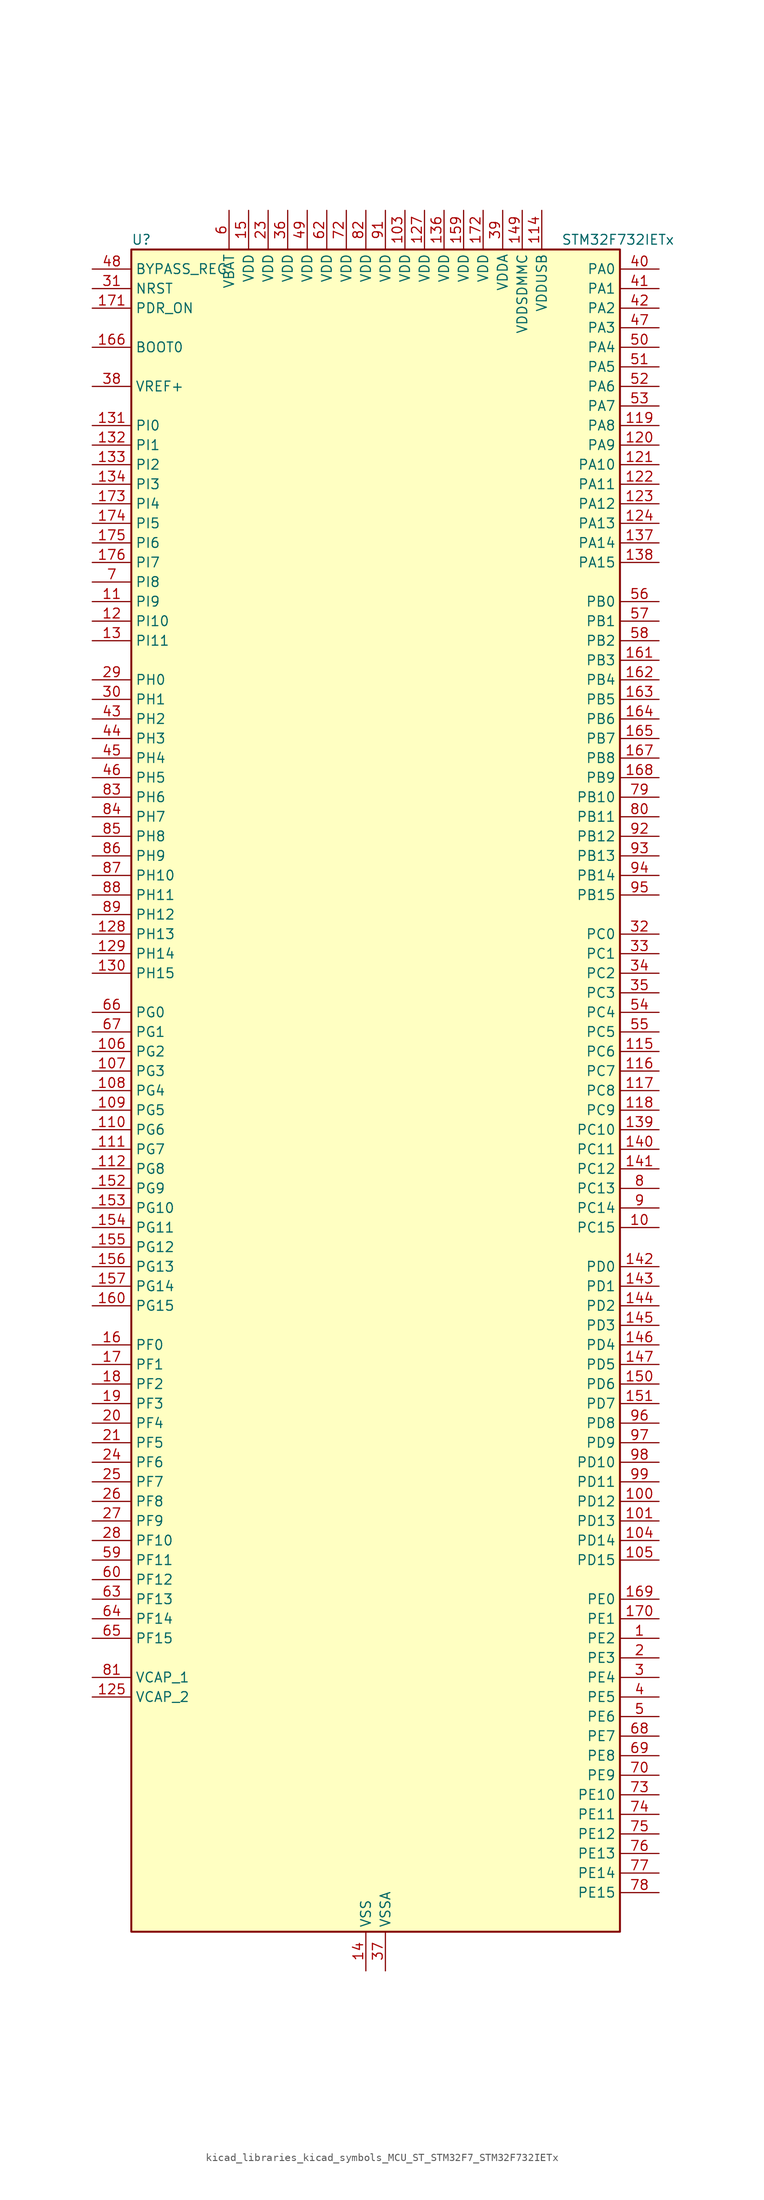
<source format=kicad_sym>
(kicad_symbol_lib
  (version 20220914)
  (generator kicad_symbol_editor)
  (symbol "kicad_libraries_kicad_symbols_MCU_ST_STM32F7_STM32F732IETx"
    (property "Reference" "U"
      (at -30.48 110.49 0)
      (effects (font (size 1.27 1.27)) (justify left)))
    (property "Value" "STM32F732IETx"
      (at 25.4 110.49 0)
      (effects (font (size 1.27 1.27)) (justify left)))
    (property "ki_locked" ""
      (at 0 0 0)
      (effects (font (size 1.27 1.27))))
    (symbol "kicad_libraries_kicad_symbols_MCU_ST_STM32F7_STM32F732IETx_0_1"
      (rectangle (start -30.48 -109.22) (end 33.02 109.22) (stroke (width 0.254) (type default)) (fill (type background))))
    (symbol "kicad_libraries_kicad_symbols_MCU_ST_STM32F7_STM32F732IETx_1_1"
      (pin bidirectional line (at 38.1 -71.12 180) (length 5.08) (name "PE2" (effects (font (size 1.27 1.27)))) (number "1" (effects (font (size 1.27 1.27)))) (alternate "FMC_A23" bidirectional line) (alternate "QUADSPI_BK1_IO2" bidirectional line) (alternate "SAI1_MCLK_A" bidirectional line) (alternate "SPI4_SCK" bidirectional line) (alternate "SYS_TRACECLK" bidirectional line))
      (pin bidirectional line (at 38.1 -17.78 180) (length 5.08) (name "PC15" (effects (font (size 1.27 1.27)))) (number "10" (effects (font (size 1.27 1.27)))) (alternate "RCC_OSC32_OUT" bidirectional line))
      (pin bidirectional line (at 38.1 -53.34 180) (length 5.08) (name "PD12" (effects (font (size 1.27 1.27)))) (number "100" (effects (font (size 1.27 1.27)))) (alternate "FMC_A17" bidirectional line) (alternate "FMC_ALE" bidirectional line) (alternate "LPTIM1_IN1" bidirectional line) (alternate "QUADSPI_BK1_IO1" bidirectional line) (alternate "SAI2_FS_A" bidirectional line) (alternate "TIM4_CH1" bidirectional line) (alternate "USART3_DE" bidirectional line) (alternate "USART3_RTS" bidirectional line))
      (pin bidirectional line (at 38.1 -55.88 180) (length 5.08) (name "PD13" (effects (font (size 1.27 1.27)))) (number "101" (effects (font (size 1.27 1.27)))) (alternate "FMC_A18" bidirectional line) (alternate "LPTIM1_OUT" bidirectional line) (alternate "QUADSPI_BK1_IO3" bidirectional line) (alternate "SAI2_SCK_A" bidirectional line) (alternate "TIM4_CH2" bidirectional line))
      (pin passive line (at 0 -114.3 90) (length 5.08) hide (name "VSS" (effects (font (size 1.27 1.27)))) (number "102" (effects (font (size 1.27 1.27)))))
      (pin power_in line (at 5.08 114.3 270) (length 5.08) (name "VDD" (effects (font (size 1.27 1.27)))) (number "103" (effects (font (size 1.27 1.27)))))
      (pin bidirectional line (at 38.1 -58.42 180) (length 5.08) (name "PD14" (effects (font (size 1.27 1.27)))) (number "104" (effects (font (size 1.27 1.27)))) (alternate "FMC_D0" bidirectional line) (alternate "FMC_DA0" bidirectional line) (alternate "TIM4_CH3" bidirectional line) (alternate "UART8_CTS" bidirectional line))
      (pin bidirectional line (at 38.1 -60.96 180) (length 5.08) (name "PD15" (effects (font (size 1.27 1.27)))) (number "105" (effects (font (size 1.27 1.27)))) (alternate "FMC_D1" bidirectional line) (alternate "FMC_DA1" bidirectional line) (alternate "TIM4_CH4" bidirectional line) (alternate "UART8_DE" bidirectional line) (alternate "UART8_RTS" bidirectional line))
      (pin bidirectional line (at -35.56 5.08 0) (length 5.08) (name "PG2" (effects (font (size 1.27 1.27)))) (number "106" (effects (font (size 1.27 1.27)))) (alternate "FMC_A12" bidirectional line))
      (pin bidirectional line (at -35.56 2.54 0) (length 5.08) (name "PG3" (effects (font (size 1.27 1.27)))) (number "107" (effects (font (size 1.27 1.27)))) (alternate "FMC_A13" bidirectional line))
      (pin bidirectional line (at -35.56 0 0) (length 5.08) (name "PG4" (effects (font (size 1.27 1.27)))) (number "108" (effects (font (size 1.27 1.27)))) (alternate "FMC_A14" bidirectional line) (alternate "FMC_BA0" bidirectional line))
      (pin bidirectional line (at -35.56 -2.54 0) (length 5.08) (name "PG5" (effects (font (size 1.27 1.27)))) (number "109" (effects (font (size 1.27 1.27)))) (alternate "FMC_A15" bidirectional line) (alternate "FMC_BA1" bidirectional line))
      (pin bidirectional line (at -35.56 63.5 0) (length 5.08) (name "PI9" (effects (font (size 1.27 1.27)))) (number "11" (effects (font (size 1.27 1.27)))) (alternate "CAN1_RX" bidirectional line) (alternate "DAC_EXTI9" bidirectional line) (alternate "FMC_D30" bidirectional line) (alternate "UART4_RX" bidirectional line))
      (pin bidirectional line (at -35.56 -5.08 0) (length 5.08) (name "PG6" (effects (font (size 1.27 1.27)))) (number "110" (effects (font (size 1.27 1.27)))))
      (pin bidirectional line (at -35.56 -7.62 0) (length 5.08) (name "PG7" (effects (font (size 1.27 1.27)))) (number "111" (effects (font (size 1.27 1.27)))) (alternate "FMC_INT" bidirectional line) (alternate "USART6_CK" bidirectional line))
      (pin bidirectional line (at -35.56 -10.16 0) (length 5.08) (name "PG8" (effects (font (size 1.27 1.27)))) (number "112" (effects (font (size 1.27 1.27)))) (alternate "FMC_SDCLK" bidirectional line) (alternate "USART6_DE" bidirectional line) (alternate "USART6_RTS" bidirectional line))
      (pin passive line (at 0 -114.3 90) (length 5.08) hide (name "VSS" (effects (font (size 1.27 1.27)))) (number "113" (effects (font (size 1.27 1.27)))))
      (pin power_in line (at 22.86 114.3 270) (length 5.08) (name "VDDUSB" (effects (font (size 1.27 1.27)))) (number "114" (effects (font (size 1.27 1.27)))))
      (pin bidirectional line (at 38.1 5.08 180) (length 5.08) (name "PC6" (effects (font (size 1.27 1.27)))) (number "115" (effects (font (size 1.27 1.27)))) (alternate "I2S2_MCK" bidirectional line) (alternate "SDMMC1_D6" bidirectional line) (alternate "SDMMC2_D6" bidirectional line) (alternate "TIM3_CH1" bidirectional line) (alternate "TIM8_CH1" bidirectional line) (alternate "USART6_TX" bidirectional line))
      (pin bidirectional line (at 38.1 2.54 180) (length 5.08) (name "PC7" (effects (font (size 1.27 1.27)))) (number "116" (effects (font (size 1.27 1.27)))) (alternate "I2S3_MCK" bidirectional line) (alternate "SDMMC1_D7" bidirectional line) (alternate "SDMMC2_D7" bidirectional line) (alternate "TIM3_CH2" bidirectional line) (alternate "TIM8_CH2" bidirectional line) (alternate "USART6_RX" bidirectional line))
      (pin bidirectional line (at 38.1 0 180) (length 5.08) (name "PC8" (effects (font (size 1.27 1.27)))) (number "117" (effects (font (size 1.27 1.27)))) (alternate "SDMMC1_D0" bidirectional line) (alternate "SYS_TRACED1" bidirectional line) (alternate "TIM3_CH3" bidirectional line) (alternate "TIM8_CH3" bidirectional line) (alternate "UART5_DE" bidirectional line) (alternate "UART5_RTS" bidirectional line) (alternate "USART6_CK" bidirectional line))
      (pin bidirectional line (at 38.1 -2.54 180) (length 5.08) (name "PC9" (effects (font (size 1.27 1.27)))) (number "118" (effects (font (size 1.27 1.27)))) (alternate "DAC_EXTI9" bidirectional line) (alternate "I2C3_SDA" bidirectional line) (alternate "I2S_CKIN" bidirectional line) (alternate "QUADSPI_BK1_IO0" bidirectional line) (alternate "RCC_MCO_2" bidirectional line) (alternate "SDMMC1_D1" bidirectional line) (alternate "TIM3_CH4" bidirectional line) (alternate "TIM8_CH4" bidirectional line) (alternate "UART5_CTS" bidirectional line))
      (pin bidirectional line (at 38.1 86.36 180) (length 5.08) (name "PA8" (effects (font (size 1.27 1.27)))) (number "119" (effects (font (size 1.27 1.27)))) (alternate "I2C3_SCL" bidirectional line) (alternate "RCC_MCO_1" bidirectional line) (alternate "TIM1_CH1" bidirectional line) (alternate "TIM8_BKIN2" bidirectional line) (alternate "USART1_CK" bidirectional line) (alternate "USB_OTG_FS_SOF" bidirectional line))
      (pin bidirectional line (at -35.56 60.96 0) (length 5.08) (name "PI10" (effects (font (size 1.27 1.27)))) (number "12" (effects (font (size 1.27 1.27)))) (alternate "FMC_D31" bidirectional line))
      (pin bidirectional line (at 38.1 83.82 180) (length 5.08) (name "PA9" (effects (font (size 1.27 1.27)))) (number "120" (effects (font (size 1.27 1.27)))) (alternate "DAC_EXTI9" bidirectional line) (alternate "I2C3_SMBA" bidirectional line) (alternate "I2S2_CK" bidirectional line) (alternate "SPI2_SCK" bidirectional line) (alternate "TIM1_CH2" bidirectional line) (alternate "USART1_TX" bidirectional line) (alternate "USB_OTG_FS_VBUS" bidirectional line))
      (pin bidirectional line (at 38.1 81.28 180) (length 5.08) (name "PA10" (effects (font (size 1.27 1.27)))) (number "121" (effects (font (size 1.27 1.27)))) (alternate "TIM1_CH3" bidirectional line) (alternate "USART1_RX" bidirectional line) (alternate "USB_OTG_FS_ID" bidirectional line))
      (pin bidirectional line (at 38.1 78.74 180) (length 5.08) (name "PA11" (effects (font (size 1.27 1.27)))) (number "122" (effects (font (size 1.27 1.27)))) (alternate "ADC1_EXTI11" bidirectional line) (alternate "ADC2_EXTI11" bidirectional line) (alternate "ADC3_EXTI11" bidirectional line) (alternate "CAN1_RX" bidirectional line) (alternate "TIM1_CH4" bidirectional line) (alternate "USART1_CTS" bidirectional line) (alternate "USB_OTG_FS_DM" bidirectional line))
      (pin bidirectional line (at 38.1 76.2 180) (length 5.08) (name "PA12" (effects (font (size 1.27 1.27)))) (number "123" (effects (font (size 1.27 1.27)))) (alternate "CAN1_TX" bidirectional line) (alternate "SAI2_FS_B" bidirectional line) (alternate "TIM1_ETR" bidirectional line) (alternate "USART1_DE" bidirectional line) (alternate "USART1_RTS" bidirectional line) (alternate "USB_OTG_FS_DP" bidirectional line))
      (pin bidirectional line (at 38.1 73.66 180) (length 5.08) (name "PA13" (effects (font (size 1.27 1.27)))) (number "124" (effects (font (size 1.27 1.27)))) (alternate "SYS_JTMS-SWDIO" bidirectional line))
      (pin power_out line (at -35.56 -78.74 0) (length 5.08) (name "VCAP_2" (effects (font (size 1.27 1.27)))) (number "125" (effects (font (size 1.27 1.27)))))
      (pin passive line (at 0 -114.3 90) (length 5.08) hide (name "VSS" (effects (font (size 1.27 1.27)))) (number "126" (effects (font (size 1.27 1.27)))))
      (pin power_in line (at 7.62 114.3 270) (length 5.08) (name "VDD" (effects (font (size 1.27 1.27)))) (number "127" (effects (font (size 1.27 1.27)))))
      (pin bidirectional line (at -35.56 20.32 0) (length 5.08) (name "PH13" (effects (font (size 1.27 1.27)))) (number "128" (effects (font (size 1.27 1.27)))) (alternate "CAN1_TX" bidirectional line) (alternate "FMC_D21" bidirectional line) (alternate "TIM8_CH1N" bidirectional line) (alternate "UART4_TX" bidirectional line))
      (pin bidirectional line (at -35.56 17.78 0) (length 5.08) (name "PH14" (effects (font (size 1.27 1.27)))) (number "129" (effects (font (size 1.27 1.27)))) (alternate "CAN1_RX" bidirectional line) (alternate "FMC_D22" bidirectional line) (alternate "TIM8_CH2N" bidirectional line) (alternate "UART4_RX" bidirectional line))
      (pin bidirectional line (at -35.56 58.42 0) (length 5.08) (name "PI11" (effects (font (size 1.27 1.27)))) (number "13" (effects (font (size 1.27 1.27)))) (alternate "ADC1_EXTI11" bidirectional line) (alternate "ADC2_EXTI11" bidirectional line) (alternate "ADC3_EXTI11" bidirectional line) (alternate "SYS_WKUP6" bidirectional line) (alternate "USB_OTG_HS_ULPI_DIR" bidirectional line))
      (pin bidirectional line (at -35.56 15.24 0) (length 5.08) (name "PH15" (effects (font (size 1.27 1.27)))) (number "130" (effects (font (size 1.27 1.27)))) (alternate "FMC_D23" bidirectional line) (alternate "TIM8_CH3N" bidirectional line))
      (pin bidirectional line (at -35.56 86.36 0) (length 5.08) (name "PI0" (effects (font (size 1.27 1.27)))) (number "131" (effects (font (size 1.27 1.27)))) (alternate "FMC_D24" bidirectional line) (alternate "I2S2_WS" bidirectional line) (alternate "SPI2_NSS" bidirectional line) (alternate "TIM5_CH4" bidirectional line))
      (pin bidirectional line (at -35.56 83.82 0) (length 5.08) (name "PI1" (effects (font (size 1.27 1.27)))) (number "132" (effects (font (size 1.27 1.27)))) (alternate "FMC_D25" bidirectional line) (alternate "I2S2_CK" bidirectional line) (alternate "SPI2_SCK" bidirectional line) (alternate "TIM8_BKIN2" bidirectional line))
      (pin bidirectional line (at -35.56 81.28 0) (length 5.08) (name "PI2" (effects (font (size 1.27 1.27)))) (number "133" (effects (font (size 1.27 1.27)))) (alternate "FMC_D26" bidirectional line) (alternate "SPI2_MISO" bidirectional line) (alternate "TIM8_CH4" bidirectional line))
      (pin bidirectional line (at -35.56 78.74 0) (length 5.08) (name "PI3" (effects (font (size 1.27 1.27)))) (number "134" (effects (font (size 1.27 1.27)))) (alternate "FMC_D27" bidirectional line) (alternate "I2S2_SD" bidirectional line) (alternate "SPI2_MOSI" bidirectional line) (alternate "TIM8_ETR" bidirectional line))
      (pin passive line (at 0 -114.3 90) (length 5.08) hide (name "VSS" (effects (font (size 1.27 1.27)))) (number "135" (effects (font (size 1.27 1.27)))))
      (pin power_in line (at 10.16 114.3 270) (length 5.08) (name "VDD" (effects (font (size 1.27 1.27)))) (number "136" (effects (font (size 1.27 1.27)))))
      (pin bidirectional line (at 38.1 71.12 180) (length 5.08) (name "PA14" (effects (font (size 1.27 1.27)))) (number "137" (effects (font (size 1.27 1.27)))) (alternate "SYS_JTCK-SWCLK" bidirectional line))
      (pin bidirectional line (at 38.1 68.58 180) (length 5.08) (name "PA15" (effects (font (size 1.27 1.27)))) (number "138" (effects (font (size 1.27 1.27)))) (alternate "I2S1_WS" bidirectional line) (alternate "I2S3_WS" bidirectional line) (alternate "SPI1_NSS" bidirectional line) (alternate "SPI3_NSS" bidirectional line) (alternate "SYS_JTDI" bidirectional line) (alternate "TIM2_CH1" bidirectional line) (alternate "TIM2_ETR" bidirectional line) (alternate "UART4_DE" bidirectional line) (alternate "UART4_RTS" bidirectional line))
      (pin bidirectional line (at 38.1 -5.08 180) (length 5.08) (name "PC10" (effects (font (size 1.27 1.27)))) (number "139" (effects (font (size 1.27 1.27)))) (alternate "I2S3_CK" bidirectional line) (alternate "QUADSPI_BK1_IO1" bidirectional line) (alternate "SDMMC1_D2" bidirectional line) (alternate "SPI3_SCK" bidirectional line) (alternate "UART4_TX" bidirectional line) (alternate "USART3_TX" bidirectional line))
      (pin power_in line (at 0 -114.3 90) (length 5.08) (name "VSS" (effects (font (size 1.27 1.27)))) (number "14" (effects (font (size 1.27 1.27)))))
      (pin bidirectional line (at 38.1 -7.62 180) (length 5.08) (name "PC11" (effects (font (size 1.27 1.27)))) (number "140" (effects (font (size 1.27 1.27)))) (alternate "ADC1_EXTI11" bidirectional line) (alternate "ADC2_EXTI11" bidirectional line) (alternate "ADC3_EXTI11" bidirectional line) (alternate "QUADSPI_BK2_NCS" bidirectional line) (alternate "SDMMC1_D3" bidirectional line) (alternate "SPI3_MISO" bidirectional line) (alternate "UART4_RX" bidirectional line) (alternate "USART3_RX" bidirectional line))
      (pin bidirectional line (at 38.1 -10.16 180) (length 5.08) (name "PC12" (effects (font (size 1.27 1.27)))) (number "141" (effects (font (size 1.27 1.27)))) (alternate "I2S3_SD" bidirectional line) (alternate "SDMMC1_CK" bidirectional line) (alternate "SPI3_MOSI" bidirectional line) (alternate "SYS_TRACED3" bidirectional line) (alternate "UART5_TX" bidirectional line) (alternate "USART3_CK" bidirectional line))
      (pin bidirectional line (at 38.1 -22.86 180) (length 5.08) (name "PD0" (effects (font (size 1.27 1.27)))) (number "142" (effects (font (size 1.27 1.27)))) (alternate "CAN1_RX" bidirectional line) (alternate "FMC_D2" bidirectional line) (alternate "FMC_DA2" bidirectional line))
      (pin bidirectional line (at 38.1 -25.4 180) (length 5.08) (name "PD1" (effects (font (size 1.27 1.27)))) (number "143" (effects (font (size 1.27 1.27)))) (alternate "CAN1_TX" bidirectional line) (alternate "FMC_D3" bidirectional line) (alternate "FMC_DA3" bidirectional line))
      (pin bidirectional line (at 38.1 -27.94 180) (length 5.08) (name "PD2" (effects (font (size 1.27 1.27)))) (number "144" (effects (font (size 1.27 1.27)))) (alternate "SDMMC1_CMD" bidirectional line) (alternate "SYS_TRACED2" bidirectional line) (alternate "TIM3_ETR" bidirectional line) (alternate "UART5_RX" bidirectional line))
      (pin bidirectional line (at 38.1 -30.48 180) (length 5.08) (name "PD3" (effects (font (size 1.27 1.27)))) (number "145" (effects (font (size 1.27 1.27)))) (alternate "FMC_CLK" bidirectional line) (alternate "I2S2_CK" bidirectional line) (alternate "SPI2_SCK" bidirectional line) (alternate "USART2_CTS" bidirectional line))
      (pin bidirectional line (at 38.1 -33.02 180) (length 5.08) (name "PD4" (effects (font (size 1.27 1.27)))) (number "146" (effects (font (size 1.27 1.27)))) (alternate "FMC_NOE" bidirectional line) (alternate "USART2_DE" bidirectional line) (alternate "USART2_RTS" bidirectional line))
      (pin bidirectional line (at 38.1 -35.56 180) (length 5.08) (name "PD5" (effects (font (size 1.27 1.27)))) (number "147" (effects (font (size 1.27 1.27)))) (alternate "FMC_NWE" bidirectional line) (alternate "USART2_TX" bidirectional line))
      (pin passive line (at 0 -114.3 90) (length 5.08) hide (name "VSS" (effects (font (size 1.27 1.27)))) (number "148" (effects (font (size 1.27 1.27)))))
      (pin power_in line (at 20.32 114.3 270) (length 5.08) (name "VDDSDMMC" (effects (font (size 1.27 1.27)))) (number "149" (effects (font (size 1.27 1.27)))))
      (pin power_in line (at -15.24 114.3 270) (length 5.08) (name "VDD" (effects (font (size 1.27 1.27)))) (number "15" (effects (font (size 1.27 1.27)))))
      (pin bidirectional line (at 38.1 -38.1 180) (length 5.08) (name "PD6" (effects (font (size 1.27 1.27)))) (number "150" (effects (font (size 1.27 1.27)))) (alternate "FMC_NWAIT" bidirectional line) (alternate "I2S3_SD" bidirectional line) (alternate "SAI1_SD_A" bidirectional line) (alternate "SDMMC2_CK" bidirectional line) (alternate "SPI3_MOSI" bidirectional line) (alternate "USART2_RX" bidirectional line))
      (pin bidirectional line (at 38.1 -40.64 180) (length 5.08) (name "PD7" (effects (font (size 1.27 1.27)))) (number "151" (effects (font (size 1.27 1.27)))) (alternate "FMC_NE1" bidirectional line) (alternate "SDMMC2_CMD" bidirectional line) (alternate "USART2_CK" bidirectional line))
      (pin bidirectional line (at -35.56 -12.7 0) (length 5.08) (name "PG9" (effects (font (size 1.27 1.27)))) (number "152" (effects (font (size 1.27 1.27)))) (alternate "DAC_EXTI9" bidirectional line) (alternate "FMC_NCE" bidirectional line) (alternate "FMC_NE2" bidirectional line) (alternate "QUADSPI_BK2_IO2" bidirectional line) (alternate "SAI2_FS_B" bidirectional line) (alternate "SDMMC2_D0" bidirectional line) (alternate "USART6_RX" bidirectional line))
      (pin bidirectional line (at -35.56 -15.24 0) (length 5.08) (name "PG10" (effects (font (size 1.27 1.27)))) (number "153" (effects (font (size 1.27 1.27)))) (alternate "FMC_NE3" bidirectional line) (alternate "SAI2_SD_B" bidirectional line) (alternate "SDMMC2_D1" bidirectional line))
      (pin bidirectional line (at -35.56 -17.78 0) (length 5.08) (name "PG11" (effects (font (size 1.27 1.27)))) (number "154" (effects (font (size 1.27 1.27)))) (alternate "ADC1_EXTI11" bidirectional line) (alternate "ADC2_EXTI11" bidirectional line) (alternate "ADC3_EXTI11" bidirectional line) (alternate "FMC_INT" bidirectional line) (alternate "SDMMC2_D2" bidirectional line))
      (pin bidirectional line (at -35.56 -20.32 0) (length 5.08) (name "PG12" (effects (font (size 1.27 1.27)))) (number "155" (effects (font (size 1.27 1.27)))) (alternate "FMC_NE4" bidirectional line) (alternate "LPTIM1_IN1" bidirectional line) (alternate "SDMMC2_D3" bidirectional line) (alternate "USART6_DE" bidirectional line) (alternate "USART6_RTS" bidirectional line))
      (pin bidirectional line (at -35.56 -22.86 0) (length 5.08) (name "PG13" (effects (font (size 1.27 1.27)))) (number "156" (effects (font (size 1.27 1.27)))) (alternate "FMC_A24" bidirectional line) (alternate "LPTIM1_OUT" bidirectional line) (alternate "SYS_TRACED0" bidirectional line) (alternate "USART6_CTS" bidirectional line))
      (pin bidirectional line (at -35.56 -25.4 0) (length 5.08) (name "PG14" (effects (font (size 1.27 1.27)))) (number "157" (effects (font (size 1.27 1.27)))) (alternate "FMC_A25" bidirectional line) (alternate "LPTIM1_ETR" bidirectional line) (alternate "QUADSPI_BK2_IO3" bidirectional line) (alternate "SYS_TRACED1" bidirectional line) (alternate "USART6_TX" bidirectional line))
      (pin passive line (at 0 -114.3 90) (length 5.08) hide (name "VSS" (effects (font (size 1.27 1.27)))) (number "158" (effects (font (size 1.27 1.27)))))
      (pin power_in line (at 12.7 114.3 270) (length 5.08) (name "VDD" (effects (font (size 1.27 1.27)))) (number "159" (effects (font (size 1.27 1.27)))))
      (pin bidirectional line (at -35.56 -33.02 0) (length 5.08) (name "PF0" (effects (font (size 1.27 1.27)))) (number "16" (effects (font (size 1.27 1.27)))) (alternate "FMC_A0" bidirectional line) (alternate "I2C2_SDA" bidirectional line))
      (pin bidirectional line (at -35.56 -27.94 0) (length 5.08) (name "PG15" (effects (font (size 1.27 1.27)))) (number "160" (effects (font (size 1.27 1.27)))) (alternate "FMC_SDNCAS" bidirectional line) (alternate "USART6_CTS" bidirectional line))
      (pin bidirectional line (at 38.1 55.88 180) (length 5.08) (name "PB3" (effects (font (size 1.27 1.27)))) (number "161" (effects (font (size 1.27 1.27)))) (alternate "I2S1_CK" bidirectional line) (alternate "I2S3_CK" bidirectional line) (alternate "SDMMC2_D2" bidirectional line) (alternate "SPI1_SCK" bidirectional line) (alternate "SPI3_SCK" bidirectional line) (alternate "SYS_JTDO-SWO" bidirectional line) (alternate "TIM2_CH2" bidirectional line))
      (pin bidirectional line (at 38.1 53.34 180) (length 5.08) (name "PB4" (effects (font (size 1.27 1.27)))) (number "162" (effects (font (size 1.27 1.27)))) (alternate "I2S2_WS" bidirectional line) (alternate "SDMMC2_D3" bidirectional line) (alternate "SPI1_MISO" bidirectional line) (alternate "SPI2_NSS" bidirectional line) (alternate "SPI3_MISO" bidirectional line) (alternate "SYS_JTRST" bidirectional line) (alternate "TIM3_CH1" bidirectional line))
      (pin bidirectional line (at 38.1 50.8 180) (length 5.08) (name "PB5" (effects (font (size 1.27 1.27)))) (number "163" (effects (font (size 1.27 1.27)))) (alternate "FMC_SDCKE1" bidirectional line) (alternate "I2C1_SMBA" bidirectional line) (alternate "I2S1_SD" bidirectional line) (alternate "I2S3_SD" bidirectional line) (alternate "SPI1_MOSI" bidirectional line) (alternate "SPI3_MOSI" bidirectional line) (alternate "TIM3_CH2" bidirectional line) (alternate "USB_OTG_HS_ULPI_D7" bidirectional line))
      (pin bidirectional line (at 38.1 48.26 180) (length 5.08) (name "PB6" (effects (font (size 1.27 1.27)))) (number "164" (effects (font (size 1.27 1.27)))) (alternate "FMC_SDNE1" bidirectional line) (alternate "I2C1_SCL" bidirectional line) (alternate "QUADSPI_BK1_NCS" bidirectional line) (alternate "TIM4_CH1" bidirectional line) (alternate "USART1_TX" bidirectional line))
      (pin bidirectional line (at 38.1 45.72 180) (length 5.08) (name "PB7" (effects (font (size 1.27 1.27)))) (number "165" (effects (font (size 1.27 1.27)))) (alternate "FMC_NL" bidirectional line) (alternate "I2C1_SDA" bidirectional line) (alternate "TIM4_CH2" bidirectional line) (alternate "USART1_RX" bidirectional line))
      (pin input line (at -35.56 96.52 0) (length 5.08) (name "BOOT0" (effects (font (size 1.27 1.27)))) (number "166" (effects (font (size 1.27 1.27)))))
      (pin bidirectional line (at 38.1 43.18 180) (length 5.08) (name "PB8" (effects (font (size 1.27 1.27)))) (number "167" (effects (font (size 1.27 1.27)))) (alternate "CAN1_RX" bidirectional line) (alternate "I2C1_SCL" bidirectional line) (alternate "SDMMC1_D4" bidirectional line) (alternate "SDMMC2_D4" bidirectional line) (alternate "TIM10_CH1" bidirectional line) (alternate "TIM4_CH3" bidirectional line))
      (pin bidirectional line (at 38.1 40.64 180) (length 5.08) (name "PB9" (effects (font (size 1.27 1.27)))) (number "168" (effects (font (size 1.27 1.27)))) (alternate "CAN1_TX" bidirectional line) (alternate "DAC_EXTI9" bidirectional line) (alternate "I2C1_SDA" bidirectional line) (alternate "I2S2_WS" bidirectional line) (alternate "SDMMC1_D5" bidirectional line) (alternate "SDMMC2_D5" bidirectional line) (alternate "SPI2_NSS" bidirectional line) (alternate "TIM11_CH1" bidirectional line) (alternate "TIM4_CH4" bidirectional line))
      (pin bidirectional line (at 38.1 -66.04 180) (length 5.08) (name "PE0" (effects (font (size 1.27 1.27)))) (number "169" (effects (font (size 1.27 1.27)))) (alternate "FMC_NBL0" bidirectional line) (alternate "LPTIM1_ETR" bidirectional line) (alternate "SAI2_MCLK_A" bidirectional line) (alternate "TIM4_ETR" bidirectional line) (alternate "UART8_RX" bidirectional line))
      (pin bidirectional line (at -35.56 -35.56 0) (length 5.08) (name "PF1" (effects (font (size 1.27 1.27)))) (number "17" (effects (font (size 1.27 1.27)))) (alternate "FMC_A1" bidirectional line) (alternate "I2C2_SCL" bidirectional line))
      (pin bidirectional line (at 38.1 -68.58 180) (length 5.08) (name "PE1" (effects (font (size 1.27 1.27)))) (number "170" (effects (font (size 1.27 1.27)))) (alternate "FMC_NBL1" bidirectional line) (alternate "LPTIM1_IN2" bidirectional line) (alternate "UART8_TX" bidirectional line))
      (pin input line (at -35.56 101.6 0) (length 5.08) (name "PDR_ON" (effects (font (size 1.27 1.27)))) (number "171" (effects (font (size 1.27 1.27)))))
      (pin power_in line (at 15.24 114.3 270) (length 5.08) (name "VDD" (effects (font (size 1.27 1.27)))) (number "172" (effects (font (size 1.27 1.27)))))
      (pin bidirectional line (at -35.56 76.2 0) (length 5.08) (name "PI4" (effects (font (size 1.27 1.27)))) (number "173" (effects (font (size 1.27 1.27)))) (alternate "FMC_NBL2" bidirectional line) (alternate "SAI2_MCLK_A" bidirectional line) (alternate "TIM8_BKIN" bidirectional line))
      (pin bidirectional line (at -35.56 73.66 0) (length 5.08) (name "PI5" (effects (font (size 1.27 1.27)))) (number "174" (effects (font (size 1.27 1.27)))) (alternate "FMC_NBL3" bidirectional line) (alternate "SAI2_SCK_A" bidirectional line) (alternate "TIM8_CH1" bidirectional line))
      (pin bidirectional line (at -35.56 71.12 0) (length 5.08) (name "PI6" (effects (font (size 1.27 1.27)))) (number "175" (effects (font (size 1.27 1.27)))) (alternate "FMC_D28" bidirectional line) (alternate "SAI2_SD_A" bidirectional line) (alternate "TIM8_CH2" bidirectional line))
      (pin bidirectional line (at -35.56 68.58 0) (length 5.08) (name "PI7" (effects (font (size 1.27 1.27)))) (number "176" (effects (font (size 1.27 1.27)))) (alternate "FMC_D29" bidirectional line) (alternate "SAI2_FS_A" bidirectional line) (alternate "TIM8_CH3" bidirectional line))
      (pin bidirectional line (at -35.56 -38.1 0) (length 5.08) (name "PF2" (effects (font (size 1.27 1.27)))) (number "18" (effects (font (size 1.27 1.27)))) (alternate "FMC_A2" bidirectional line) (alternate "I2C2_SMBA" bidirectional line))
      (pin bidirectional line (at -35.56 -40.64 0) (length 5.08) (name "PF3" (effects (font (size 1.27 1.27)))) (number "19" (effects (font (size 1.27 1.27)))) (alternate "ADC3_IN9" bidirectional line) (alternate "FMC_A3" bidirectional line))
      (pin bidirectional line (at 38.1 -73.66 180) (length 5.08) (name "PE3" (effects (font (size 1.27 1.27)))) (number "2" (effects (font (size 1.27 1.27)))) (alternate "FMC_A19" bidirectional line) (alternate "SAI1_SD_B" bidirectional line) (alternate "SYS_TRACED0" bidirectional line))
      (pin bidirectional line (at -35.56 -43.18 0) (length 5.08) (name "PF4" (effects (font (size 1.27 1.27)))) (number "20" (effects (font (size 1.27 1.27)))) (alternate "ADC3_IN14" bidirectional line) (alternate "FMC_A4" bidirectional line))
      (pin bidirectional line (at -35.56 -45.72 0) (length 5.08) (name "PF5" (effects (font (size 1.27 1.27)))) (number "21" (effects (font (size 1.27 1.27)))) (alternate "ADC3_IN15" bidirectional line) (alternate "FMC_A5" bidirectional line))
      (pin passive line (at 0 -114.3 90) (length 5.08) hide (name "VSS" (effects (font (size 1.27 1.27)))) (number "22" (effects (font (size 1.27 1.27)))))
      (pin power_in line (at -12.7 114.3 270) (length 5.08) (name "VDD" (effects (font (size 1.27 1.27)))) (number "23" (effects (font (size 1.27 1.27)))))
      (pin bidirectional line (at -35.56 -48.26 0) (length 5.08) (name "PF6" (effects (font (size 1.27 1.27)))) (number "24" (effects (font (size 1.27 1.27)))) (alternate "ADC3_IN4" bidirectional line) (alternate "QUADSPI_BK1_IO3" bidirectional line) (alternate "SAI1_SD_B" bidirectional line) (alternate "SPI5_NSS" bidirectional line) (alternate "TIM10_CH1" bidirectional line) (alternate "UART7_RX" bidirectional line))
      (pin bidirectional line (at -35.56 -50.8 0) (length 5.08) (name "PF7" (effects (font (size 1.27 1.27)))) (number "25" (effects (font (size 1.27 1.27)))) (alternate "ADC3_IN5" bidirectional line) (alternate "QUADSPI_BK1_IO2" bidirectional line) (alternate "SAI1_MCLK_B" bidirectional line) (alternate "SPI5_SCK" bidirectional line) (alternate "TIM11_CH1" bidirectional line) (alternate "UART7_TX" bidirectional line))
      (pin bidirectional line (at -35.56 -53.34 0) (length 5.08) (name "PF8" (effects (font (size 1.27 1.27)))) (number "26" (effects (font (size 1.27 1.27)))) (alternate "ADC3_IN6" bidirectional line) (alternate "QUADSPI_BK1_IO0" bidirectional line) (alternate "SAI1_SCK_B" bidirectional line) (alternate "SPI5_MISO" bidirectional line) (alternate "TIM13_CH1" bidirectional line) (alternate "UART7_DE" bidirectional line) (alternate "UART7_RTS" bidirectional line))
      (pin bidirectional line (at -35.56 -55.88 0) (length 5.08) (name "PF9" (effects (font (size 1.27 1.27)))) (number "27" (effects (font (size 1.27 1.27)))) (alternate "ADC3_IN7" bidirectional line) (alternate "DAC_EXTI9" bidirectional line) (alternate "QUADSPI_BK1_IO1" bidirectional line) (alternate "SAI1_FS_B" bidirectional line) (alternate "SPI5_MOSI" bidirectional line) (alternate "TIM14_CH1" bidirectional line) (alternate "UART7_CTS" bidirectional line))
      (pin bidirectional line (at -35.56 -58.42 0) (length 5.08) (name "PF10" (effects (font (size 1.27 1.27)))) (number "28" (effects (font (size 1.27 1.27)))) (alternate "ADC3_IN8" bidirectional line))
      (pin bidirectional line (at -35.56 53.34 0) (length 5.08) (name "PH0" (effects (font (size 1.27 1.27)))) (number "29" (effects (font (size 1.27 1.27)))) (alternate "RCC_OSC_IN" bidirectional line))
      (pin bidirectional line (at 38.1 -76.2 180) (length 5.08) (name "PE4" (effects (font (size 1.27 1.27)))) (number "3" (effects (font (size 1.27 1.27)))) (alternate "FMC_A20" bidirectional line) (alternate "SAI1_FS_A" bidirectional line) (alternate "SPI4_NSS" bidirectional line) (alternate "SYS_TRACED1" bidirectional line))
      (pin bidirectional line (at -35.56 50.8 0) (length 5.08) (name "PH1" (effects (font (size 1.27 1.27)))) (number "30" (effects (font (size 1.27 1.27)))) (alternate "RCC_OSC_OUT" bidirectional line))
      (pin input line (at -35.56 104.14 0) (length 5.08) (name "NRST" (effects (font (size 1.27 1.27)))) (number "31" (effects (font (size 1.27 1.27)))))
      (pin bidirectional line (at 38.1 20.32 180) (length 5.08) (name "PC0" (effects (font (size 1.27 1.27)))) (number "32" (effects (font (size 1.27 1.27)))) (alternate "ADC1_IN10" bidirectional line) (alternate "ADC2_IN10" bidirectional line) (alternate "ADC3_IN10" bidirectional line) (alternate "FMC_SDNWE" bidirectional line) (alternate "SAI2_FS_B" bidirectional line) (alternate "USB_OTG_HS_ULPI_STP" bidirectional line))
      (pin bidirectional line (at 38.1 17.78 180) (length 5.08) (name "PC1" (effects (font (size 1.27 1.27)))) (number "33" (effects (font (size 1.27 1.27)))) (alternate "ADC1_IN11" bidirectional line) (alternate "ADC2_IN11" bidirectional line) (alternate "ADC3_IN11" bidirectional line) (alternate "I2S2_SD" bidirectional line) (alternate "RTC_TAMP3" bidirectional line) (alternate "RTC_TS" bidirectional line) (alternate "SAI1_SD_A" bidirectional line) (alternate "SPI2_MOSI" bidirectional line) (alternate "SYS_TRACED0" bidirectional line) (alternate "SYS_WKUP3" bidirectional line))
      (pin bidirectional line (at 38.1 15.24 180) (length 5.08) (name "PC2" (effects (font (size 1.27 1.27)))) (number "34" (effects (font (size 1.27 1.27)))) (alternate "ADC1_IN12" bidirectional line) (alternate "ADC2_IN12" bidirectional line) (alternate "ADC3_IN12" bidirectional line) (alternate "FMC_SDNE0" bidirectional line) (alternate "SPI2_MISO" bidirectional line) (alternate "USB_OTG_HS_ULPI_DIR" bidirectional line))
      (pin bidirectional line (at 38.1 12.7 180) (length 5.08) (name "PC3" (effects (font (size 1.27 1.27)))) (number "35" (effects (font (size 1.27 1.27)))) (alternate "ADC1_IN13" bidirectional line) (alternate "ADC2_IN13" bidirectional line) (alternate "ADC3_IN13" bidirectional line) (alternate "FMC_SDCKE0" bidirectional line) (alternate "I2S2_SD" bidirectional line) (alternate "SPI2_MOSI" bidirectional line) (alternate "USB_OTG_HS_ULPI_NXT" bidirectional line))
      (pin power_in line (at -10.16 114.3 270) (length 5.08) (name "VDD" (effects (font (size 1.27 1.27)))) (number "36" (effects (font (size 1.27 1.27)))))
      (pin power_in line (at 2.54 -114.3 90) (length 5.08) (name "VSSA" (effects (font (size 1.27 1.27)))) (number "37" (effects (font (size 1.27 1.27)))))
      (pin input line (at -35.56 91.44 0) (length 5.08) (name "VREF+" (effects (font (size 1.27 1.27)))) (number "38" (effects (font (size 1.27 1.27)))))
      (pin power_in line (at 17.78 114.3 270) (length 5.08) (name "VDDA" (effects (font (size 1.27 1.27)))) (number "39" (effects (font (size 1.27 1.27)))))
      (pin bidirectional line (at 38.1 -78.74 180) (length 5.08) (name "PE5" (effects (font (size 1.27 1.27)))) (number "4" (effects (font (size 1.27 1.27)))) (alternate "FMC_A21" bidirectional line) (alternate "SAI1_SCK_A" bidirectional line) (alternate "SPI4_MISO" bidirectional line) (alternate "SYS_TRACED2" bidirectional line) (alternate "TIM9_CH1" bidirectional line))
      (pin bidirectional line (at 38.1 106.68 180) (length 5.08) (name "PA0" (effects (font (size 1.27 1.27)))) (number "40" (effects (font (size 1.27 1.27)))) (alternate "ADC1_IN0" bidirectional line) (alternate "ADC2_IN0" bidirectional line) (alternate "ADC3_IN0" bidirectional line) (alternate "SAI2_SD_B" bidirectional line) (alternate "SYS_WKUP1" bidirectional line) (alternate "TIM2_CH1" bidirectional line) (alternate "TIM2_ETR" bidirectional line) (alternate "TIM5_CH1" bidirectional line) (alternate "TIM8_ETR" bidirectional line) (alternate "UART4_TX" bidirectional line) (alternate "USART2_CTS" bidirectional line))
      (pin bidirectional line (at 38.1 104.14 180) (length 5.08) (name "PA1" (effects (font (size 1.27 1.27)))) (number "41" (effects (font (size 1.27 1.27)))) (alternate "ADC1_IN1" bidirectional line) (alternate "ADC2_IN1" bidirectional line) (alternate "ADC3_IN1" bidirectional line) (alternate "QUADSPI_BK1_IO3" bidirectional line) (alternate "SAI2_MCLK_B" bidirectional line) (alternate "TIM2_CH2" bidirectional line) (alternate "TIM5_CH2" bidirectional line) (alternate "UART4_RX" bidirectional line) (alternate "USART2_DE" bidirectional line) (alternate "USART2_RTS" bidirectional line))
      (pin bidirectional line (at 38.1 101.6 180) (length 5.08) (name "PA2" (effects (font (size 1.27 1.27)))) (number "42" (effects (font (size 1.27 1.27)))) (alternate "ADC1_IN2" bidirectional line) (alternate "ADC2_IN2" bidirectional line) (alternate "ADC3_IN2" bidirectional line) (alternate "SAI2_SCK_B" bidirectional line) (alternate "SYS_WKUP2" bidirectional line) (alternate "TIM2_CH3" bidirectional line) (alternate "TIM5_CH3" bidirectional line) (alternate "TIM9_CH1" bidirectional line) (alternate "USART2_TX" bidirectional line))
      (pin bidirectional line (at -35.56 48.26 0) (length 5.08) (name "PH2" (effects (font (size 1.27 1.27)))) (number "43" (effects (font (size 1.27 1.27)))) (alternate "FMC_SDCKE0" bidirectional line) (alternate "LPTIM1_IN2" bidirectional line) (alternate "QUADSPI_BK2_IO0" bidirectional line) (alternate "SAI2_SCK_B" bidirectional line))
      (pin bidirectional line (at -35.56 45.72 0) (length 5.08) (name "PH3" (effects (font (size 1.27 1.27)))) (number "44" (effects (font (size 1.27 1.27)))) (alternate "FMC_SDNE0" bidirectional line) (alternate "QUADSPI_BK2_IO1" bidirectional line) (alternate "SAI2_MCLK_B" bidirectional line))
      (pin bidirectional line (at -35.56 43.18 0) (length 5.08) (name "PH4" (effects (font (size 1.27 1.27)))) (number "45" (effects (font (size 1.27 1.27)))) (alternate "I2C2_SCL" bidirectional line) (alternate "USB_OTG_HS_ULPI_NXT" bidirectional line))
      (pin bidirectional line (at -35.56 40.64 0) (length 5.08) (name "PH5" (effects (font (size 1.27 1.27)))) (number "46" (effects (font (size 1.27 1.27)))) (alternate "FMC_SDNWE" bidirectional line) (alternate "I2C2_SDA" bidirectional line) (alternate "SPI5_NSS" bidirectional line))
      (pin bidirectional line (at 38.1 99.06 180) (length 5.08) (name "PA3" (effects (font (size 1.27 1.27)))) (number "47" (effects (font (size 1.27 1.27)))) (alternate "ADC1_IN3" bidirectional line) (alternate "ADC2_IN3" bidirectional line) (alternate "ADC3_IN3" bidirectional line) (alternate "TIM2_CH4" bidirectional line) (alternate "TIM5_CH4" bidirectional line) (alternate "TIM9_CH2" bidirectional line) (alternate "USART2_RX" bidirectional line) (alternate "USB_OTG_HS_ULPI_D0" bidirectional line))
      (pin input line (at -35.56 106.68 0) (length 5.08) (name "BYPASS_REG" (effects (font (size 1.27 1.27)))) (number "48" (effects (font (size 1.27 1.27)))))
      (pin power_in line (at -7.62 114.3 270) (length 5.08) (name "VDD" (effects (font (size 1.27 1.27)))) (number "49" (effects (font (size 1.27 1.27)))))
      (pin bidirectional line (at 38.1 -81.28 180) (length 5.08) (name "PE6" (effects (font (size 1.27 1.27)))) (number "5" (effects (font (size 1.27 1.27)))) (alternate "FMC_A22" bidirectional line) (alternate "SAI1_SD_A" bidirectional line) (alternate "SAI2_MCLK_B" bidirectional line) (alternate "SPI4_MOSI" bidirectional line) (alternate "SYS_TRACED3" bidirectional line) (alternate "TIM1_BKIN2" bidirectional line) (alternate "TIM9_CH2" bidirectional line))
      (pin bidirectional line (at 38.1 96.52 180) (length 5.08) (name "PA4" (effects (font (size 1.27 1.27)))) (number "50" (effects (font (size 1.27 1.27)))) (alternate "ADC1_IN4" bidirectional line) (alternate "ADC2_IN4" bidirectional line) (alternate "DAC_OUT1" bidirectional line) (alternate "I2S1_WS" bidirectional line) (alternate "I2S3_WS" bidirectional line) (alternate "SPI1_NSS" bidirectional line) (alternate "SPI3_NSS" bidirectional line) (alternate "USART2_CK" bidirectional line) (alternate "USB_OTG_HS_SOF" bidirectional line))
      (pin bidirectional line (at 38.1 93.98 180) (length 5.08) (name "PA5" (effects (font (size 1.27 1.27)))) (number "51" (effects (font (size 1.27 1.27)))) (alternate "ADC1_IN5" bidirectional line) (alternate "ADC2_IN5" bidirectional line) (alternate "DAC_OUT2" bidirectional line) (alternate "I2S1_CK" bidirectional line) (alternate "SPI1_SCK" bidirectional line) (alternate "TIM2_CH1" bidirectional line) (alternate "TIM2_ETR" bidirectional line) (alternate "TIM8_CH1N" bidirectional line) (alternate "USB_OTG_HS_ULPI_CK" bidirectional line))
      (pin bidirectional line (at 38.1 91.44 180) (length 5.08) (name "PA6" (effects (font (size 1.27 1.27)))) (number "52" (effects (font (size 1.27 1.27)))) (alternate "ADC1_IN6" bidirectional line) (alternate "ADC2_IN6" bidirectional line) (alternate "SPI1_MISO" bidirectional line) (alternate "TIM13_CH1" bidirectional line) (alternate "TIM1_BKIN" bidirectional line) (alternate "TIM3_CH1" bidirectional line) (alternate "TIM8_BKIN" bidirectional line))
      (pin bidirectional line (at 38.1 88.9 180) (length 5.08) (name "PA7" (effects (font (size 1.27 1.27)))) (number "53" (effects (font (size 1.27 1.27)))) (alternate "ADC1_IN7" bidirectional line) (alternate "ADC2_IN7" bidirectional line) (alternate "FMC_SDNWE" bidirectional line) (alternate "I2S1_SD" bidirectional line) (alternate "SPI1_MOSI" bidirectional line) (alternate "TIM14_CH1" bidirectional line) (alternate "TIM1_CH1N" bidirectional line) (alternate "TIM3_CH2" bidirectional line) (alternate "TIM8_CH1N" bidirectional line))
      (pin bidirectional line (at 38.1 10.16 180) (length 5.08) (name "PC4" (effects (font (size 1.27 1.27)))) (number "54" (effects (font (size 1.27 1.27)))) (alternate "ADC1_IN14" bidirectional line) (alternate "ADC2_IN14" bidirectional line) (alternate "FMC_SDNE0" bidirectional line) (alternate "I2S1_MCK" bidirectional line))
      (pin bidirectional line (at 38.1 7.62 180) (length 5.08) (name "PC5" (effects (font (size 1.27 1.27)))) (number "55" (effects (font (size 1.27 1.27)))) (alternate "ADC1_IN15" bidirectional line) (alternate "ADC2_IN15" bidirectional line) (alternate "FMC_SDCKE0" bidirectional line))
      (pin bidirectional line (at 38.1 63.5 180) (length 5.08) (name "PB0" (effects (font (size 1.27 1.27)))) (number "56" (effects (font (size 1.27 1.27)))) (alternate "ADC1_IN8" bidirectional line) (alternate "ADC2_IN8" bidirectional line) (alternate "TIM1_CH2N" bidirectional line) (alternate "TIM3_CH3" bidirectional line) (alternate "TIM8_CH2N" bidirectional line) (alternate "UART4_CTS" bidirectional line) (alternate "USB_OTG_HS_ULPI_D1" bidirectional line))
      (pin bidirectional line (at 38.1 60.96 180) (length 5.08) (name "PB1" (effects (font (size 1.27 1.27)))) (number "57" (effects (font (size 1.27 1.27)))) (alternate "ADC1_IN9" bidirectional line) (alternate "ADC2_IN9" bidirectional line) (alternate "TIM1_CH3N" bidirectional line) (alternate "TIM3_CH4" bidirectional line) (alternate "TIM8_CH3N" bidirectional line) (alternate "USB_OTG_HS_ULPI_D2" bidirectional line))
      (pin bidirectional line (at 38.1 58.42 180) (length 5.08) (name "PB2" (effects (font (size 1.27 1.27)))) (number "58" (effects (font (size 1.27 1.27)))) (alternate "I2S3_SD" bidirectional line) (alternate "QUADSPI_CLK" bidirectional line) (alternate "SAI1_SD_A" bidirectional line) (alternate "SPI3_MOSI" bidirectional line))
      (pin bidirectional line (at -35.56 -60.96 0) (length 5.08) (name "PF11" (effects (font (size 1.27 1.27)))) (number "59" (effects (font (size 1.27 1.27)))) (alternate "ADC1_EXTI11" bidirectional line) (alternate "ADC2_EXTI11" bidirectional line) (alternate "ADC3_EXTI11" bidirectional line) (alternate "FMC_SDNRAS" bidirectional line) (alternate "SAI2_SD_B" bidirectional line) (alternate "SPI5_MOSI" bidirectional line))
      (pin power_in line (at -17.78 114.3 270) (length 5.08) (name "VBAT" (effects (font (size 1.27 1.27)))) (number "6" (effects (font (size 1.27 1.27)))))
      (pin bidirectional line (at -35.56 -63.5 0) (length 5.08) (name "PF12" (effects (font (size 1.27 1.27)))) (number "60" (effects (font (size 1.27 1.27)))) (alternate "FMC_A6" bidirectional line))
      (pin passive line (at 0 -114.3 90) (length 5.08) hide (name "VSS" (effects (font (size 1.27 1.27)))) (number "61" (effects (font (size 1.27 1.27)))))
      (pin power_in line (at -5.08 114.3 270) (length 5.08) (name "VDD" (effects (font (size 1.27 1.27)))) (number "62" (effects (font (size 1.27 1.27)))))
      (pin bidirectional line (at -35.56 -66.04 0) (length 5.08) (name "PF13" (effects (font (size 1.27 1.27)))) (number "63" (effects (font (size 1.27 1.27)))) (alternate "FMC_A7" bidirectional line))
      (pin bidirectional line (at -35.56 -68.58 0) (length 5.08) (name "PF14" (effects (font (size 1.27 1.27)))) (number "64" (effects (font (size 1.27 1.27)))) (alternate "FMC_A8" bidirectional line))
      (pin bidirectional line (at -35.56 -71.12 0) (length 5.08) (name "PF15" (effects (font (size 1.27 1.27)))) (number "65" (effects (font (size 1.27 1.27)))) (alternate "FMC_A9" bidirectional line))
      (pin bidirectional line (at -35.56 10.16 0) (length 5.08) (name "PG0" (effects (font (size 1.27 1.27)))) (number "66" (effects (font (size 1.27 1.27)))) (alternate "FMC_A10" bidirectional line))
      (pin bidirectional line (at -35.56 7.62 0) (length 5.08) (name "PG1" (effects (font (size 1.27 1.27)))) (number "67" (effects (font (size 1.27 1.27)))) (alternate "FMC_A11" bidirectional line))
      (pin bidirectional line (at 38.1 -83.82 180) (length 5.08) (name "PE7" (effects (font (size 1.27 1.27)))) (number "68" (effects (font (size 1.27 1.27)))) (alternate "FMC_D4" bidirectional line) (alternate "FMC_DA4" bidirectional line) (alternate "QUADSPI_BK2_IO0" bidirectional line) (alternate "TIM1_ETR" bidirectional line) (alternate "UART7_RX" bidirectional line))
      (pin bidirectional line (at 38.1 -86.36 180) (length 5.08) (name "PE8" (effects (font (size 1.27 1.27)))) (number "69" (effects (font (size 1.27 1.27)))) (alternate "FMC_D5" bidirectional line) (alternate "FMC_DA5" bidirectional line) (alternate "QUADSPI_BK2_IO1" bidirectional line) (alternate "TIM1_CH1N" bidirectional line) (alternate "UART7_TX" bidirectional line))
      (pin bidirectional line (at -35.56 66.04 0) (length 5.08) (name "PI8" (effects (font (size 1.27 1.27)))) (number "7" (effects (font (size 1.27 1.27)))) (alternate "RTC_TAMP2" bidirectional line) (alternate "RTC_TS" bidirectional line) (alternate "SYS_WKUP5" bidirectional line))
      (pin bidirectional line (at 38.1 -88.9 180) (length 5.08) (name "PE9" (effects (font (size 1.27 1.27)))) (number "70" (effects (font (size 1.27 1.27)))) (alternate "DAC_EXTI9" bidirectional line) (alternate "FMC_D6" bidirectional line) (alternate "FMC_DA6" bidirectional line) (alternate "QUADSPI_BK2_IO2" bidirectional line) (alternate "TIM1_CH1" bidirectional line) (alternate "UART7_DE" bidirectional line) (alternate "UART7_RTS" bidirectional line))
      (pin passive line (at 0 -114.3 90) (length 5.08) hide (name "VSS" (effects (font (size 1.27 1.27)))) (number "71" (effects (font (size 1.27 1.27)))))
      (pin power_in line (at -2.54 114.3 270) (length 5.08) (name "VDD" (effects (font (size 1.27 1.27)))) (number "72" (effects (font (size 1.27 1.27)))))
      (pin bidirectional line (at 38.1 -91.44 180) (length 5.08) (name "PE10" (effects (font (size 1.27 1.27)))) (number "73" (effects (font (size 1.27 1.27)))) (alternate "FMC_D7" bidirectional line) (alternate "FMC_DA7" bidirectional line) (alternate "QUADSPI_BK2_IO3" bidirectional line) (alternate "TIM1_CH2N" bidirectional line) (alternate "UART7_CTS" bidirectional line))
      (pin bidirectional line (at 38.1 -93.98 180) (length 5.08) (name "PE11" (effects (font (size 1.27 1.27)))) (number "74" (effects (font (size 1.27 1.27)))) (alternate "ADC1_EXTI11" bidirectional line) (alternate "ADC2_EXTI11" bidirectional line) (alternate "ADC3_EXTI11" bidirectional line) (alternate "FMC_D8" bidirectional line) (alternate "FMC_DA8" bidirectional line) (alternate "SAI2_SD_B" bidirectional line) (alternate "SPI4_NSS" bidirectional line) (alternate "TIM1_CH2" bidirectional line))
      (pin bidirectional line (at 38.1 -96.52 180) (length 5.08) (name "PE12" (effects (font (size 1.27 1.27)))) (number "75" (effects (font (size 1.27 1.27)))) (alternate "FMC_D9" bidirectional line) (alternate "FMC_DA9" bidirectional line) (alternate "SAI2_SCK_B" bidirectional line) (alternate "SPI4_SCK" bidirectional line) (alternate "TIM1_CH3N" bidirectional line))
      (pin bidirectional line (at 38.1 -99.06 180) (length 5.08) (name "PE13" (effects (font (size 1.27 1.27)))) (number "76" (effects (font (size 1.27 1.27)))) (alternate "FMC_D10" bidirectional line) (alternate "FMC_DA10" bidirectional line) (alternate "SAI2_FS_B" bidirectional line) (alternate "SPI4_MISO" bidirectional line) (alternate "TIM1_CH3" bidirectional line))
      (pin bidirectional line (at 38.1 -101.6 180) (length 5.08) (name "PE14" (effects (font (size 1.27 1.27)))) (number "77" (effects (font (size 1.27 1.27)))) (alternate "FMC_D11" bidirectional line) (alternate "FMC_DA11" bidirectional line) (alternate "SAI2_MCLK_B" bidirectional line) (alternate "SPI4_MOSI" bidirectional line) (alternate "TIM1_CH4" bidirectional line))
      (pin bidirectional line (at 38.1 -104.14 180) (length 5.08) (name "PE15" (effects (font (size 1.27 1.27)))) (number "78" (effects (font (size 1.27 1.27)))) (alternate "FMC_D12" bidirectional line) (alternate "FMC_DA12" bidirectional line) (alternate "TIM1_BKIN" bidirectional line))
      (pin bidirectional line (at 38.1 38.1 180) (length 5.08) (name "PB10" (effects (font (size 1.27 1.27)))) (number "79" (effects (font (size 1.27 1.27)))) (alternate "I2C2_SCL" bidirectional line) (alternate "I2S2_CK" bidirectional line) (alternate "SPI2_SCK" bidirectional line) (alternate "TIM2_CH3" bidirectional line) (alternate "USART3_TX" bidirectional line) (alternate "USB_OTG_HS_ULPI_D3" bidirectional line))
      (pin bidirectional line (at 38.1 -12.7 180) (length 5.08) (name "PC13" (effects (font (size 1.27 1.27)))) (number "8" (effects (font (size 1.27 1.27)))) (alternate "RTC_OUT" bidirectional line) (alternate "RTC_TAMP1" bidirectional line) (alternate "RTC_TS" bidirectional line) (alternate "SYS_WKUP4" bidirectional line))
      (pin bidirectional line (at 38.1 35.56 180) (length 5.08) (name "PB11" (effects (font (size 1.27 1.27)))) (number "80" (effects (font (size 1.27 1.27)))) (alternate "ADC1_EXTI11" bidirectional line) (alternate "ADC2_EXTI11" bidirectional line) (alternate "ADC3_EXTI11" bidirectional line) (alternate "I2C2_SDA" bidirectional line) (alternate "TIM2_CH4" bidirectional line) (alternate "USART3_RX" bidirectional line) (alternate "USB_OTG_HS_ULPI_D4" bidirectional line))
      (pin power_out line (at -35.56 -76.2 0) (length 5.08) (name "VCAP_1" (effects (font (size 1.27 1.27)))) (number "81" (effects (font (size 1.27 1.27)))))
      (pin power_in line (at 0 114.3 270) (length 5.08) (name "VDD" (effects (font (size 1.27 1.27)))) (number "82" (effects (font (size 1.27 1.27)))))
      (pin bidirectional line (at -35.56 38.1 0) (length 5.08) (name "PH6" (effects (font (size 1.27 1.27)))) (number "83" (effects (font (size 1.27 1.27)))) (alternate "FMC_SDNE1" bidirectional line) (alternate "I2C2_SMBA" bidirectional line) (alternate "SPI5_SCK" bidirectional line) (alternate "TIM12_CH1" bidirectional line))
      (pin bidirectional line (at -35.56 35.56 0) (length 5.08) (name "PH7" (effects (font (size 1.27 1.27)))) (number "84" (effects (font (size 1.27 1.27)))) (alternate "FMC_SDCKE1" bidirectional line) (alternate "I2C3_SCL" bidirectional line) (alternate "SPI5_MISO" bidirectional line))
      (pin bidirectional line (at -35.56 33.02 0) (length 5.08) (name "PH8" (effects (font (size 1.27 1.27)))) (number "85" (effects (font (size 1.27 1.27)))) (alternate "FMC_D16" bidirectional line) (alternate "I2C3_SDA" bidirectional line))
      (pin bidirectional line (at -35.56 30.48 0) (length 5.08) (name "PH9" (effects (font (size 1.27 1.27)))) (number "86" (effects (font (size 1.27 1.27)))) (alternate "DAC_EXTI9" bidirectional line) (alternate "FMC_D17" bidirectional line) (alternate "I2C3_SMBA" bidirectional line) (alternate "TIM12_CH2" bidirectional line))
      (pin bidirectional line (at -35.56 27.94 0) (length 5.08) (name "PH10" (effects (font (size 1.27 1.27)))) (number "87" (effects (font (size 1.27 1.27)))) (alternate "FMC_D18" bidirectional line) (alternate "TIM5_CH1" bidirectional line))
      (pin bidirectional line (at -35.56 25.4 0) (length 5.08) (name "PH11" (effects (font (size 1.27 1.27)))) (number "88" (effects (font (size 1.27 1.27)))) (alternate "ADC1_EXTI11" bidirectional line) (alternate "ADC2_EXTI11" bidirectional line) (alternate "ADC3_EXTI11" bidirectional line) (alternate "FMC_D19" bidirectional line) (alternate "TIM5_CH2" bidirectional line))
      (pin bidirectional line (at -35.56 22.86 0) (length 5.08) (name "PH12" (effects (font (size 1.27 1.27)))) (number "89" (effects (font (size 1.27 1.27)))) (alternate "FMC_D20" bidirectional line) (alternate "TIM5_CH3" bidirectional line))
      (pin bidirectional line (at 38.1 -15.24 180) (length 5.08) (name "PC14" (effects (font (size 1.27 1.27)))) (number "9" (effects (font (size 1.27 1.27)))) (alternate "RCC_OSC32_IN" bidirectional line))
      (pin passive line (at 0 -114.3 90) (length 5.08) hide (name "VSS" (effects (font (size 1.27 1.27)))) (number "90" (effects (font (size 1.27 1.27)))))
      (pin power_in line (at 2.54 114.3 270) (length 5.08) (name "VDD" (effects (font (size 1.27 1.27)))) (number "91" (effects (font (size 1.27 1.27)))))
      (pin bidirectional line (at 38.1 33.02 180) (length 5.08) (name "PB12" (effects (font (size 1.27 1.27)))) (number "92" (effects (font (size 1.27 1.27)))) (alternate "I2C2_SMBA" bidirectional line) (alternate "I2S2_WS" bidirectional line) (alternate "SPI2_NSS" bidirectional line) (alternate "TIM1_BKIN" bidirectional line) (alternate "USART3_CK" bidirectional line) (alternate "USB_OTG_HS_ID" bidirectional line) (alternate "USB_OTG_HS_ULPI_D5" bidirectional line))
      (pin bidirectional line (at 38.1 30.48 180) (length 5.08) (name "PB13" (effects (font (size 1.27 1.27)))) (number "93" (effects (font (size 1.27 1.27)))) (alternate "I2S2_CK" bidirectional line) (alternate "SPI2_SCK" bidirectional line) (alternate "TIM1_CH1N" bidirectional line) (alternate "USART3_CTS" bidirectional line) (alternate "USB_OTG_HS_ULPI_D6" bidirectional line) (alternate "USB_OTG_HS_VBUS" bidirectional line))
      (pin bidirectional line (at 38.1 27.94 180) (length 5.08) (name "PB14" (effects (font (size 1.27 1.27)))) (number "94" (effects (font (size 1.27 1.27)))) (alternate "SDMMC2_D0" bidirectional line) (alternate "SPI2_MISO" bidirectional line) (alternate "TIM12_CH1" bidirectional line) (alternate "TIM1_CH2N" bidirectional line) (alternate "TIM8_CH2N" bidirectional line) (alternate "USART3_DE" bidirectional line) (alternate "USART3_RTS" bidirectional line) (alternate "USB_OTG_HS_DM" bidirectional line))
      (pin bidirectional line (at 38.1 25.4 180) (length 5.08) (name "PB15" (effects (font (size 1.27 1.27)))) (number "95" (effects (font (size 1.27 1.27)))) (alternate "I2S2_SD" bidirectional line) (alternate "RTC_REFIN" bidirectional line) (alternate "SDMMC2_D1" bidirectional line) (alternate "SPI2_MOSI" bidirectional line) (alternate "TIM12_CH2" bidirectional line) (alternate "TIM1_CH3N" bidirectional line) (alternate "TIM8_CH3N" bidirectional line) (alternate "USB_OTG_HS_DP" bidirectional line))
      (pin bidirectional line (at 38.1 -43.18 180) (length 5.08) (name "PD8" (effects (font (size 1.27 1.27)))) (number "96" (effects (font (size 1.27 1.27)))) (alternate "FMC_D13" bidirectional line) (alternate "FMC_DA13" bidirectional line) (alternate "USART3_TX" bidirectional line))
      (pin bidirectional line (at 38.1 -45.72 180) (length 5.08) (name "PD9" (effects (font (size 1.27 1.27)))) (number "97" (effects (font (size 1.27 1.27)))) (alternate "DAC_EXTI9" bidirectional line) (alternate "FMC_D14" bidirectional line) (alternate "FMC_DA14" bidirectional line) (alternate "USART3_RX" bidirectional line))
      (pin bidirectional line (at 38.1 -48.26 180) (length 5.08) (name "PD10" (effects (font (size 1.27 1.27)))) (number "98" (effects (font (size 1.27 1.27)))) (alternate "FMC_D15" bidirectional line) (alternate "FMC_DA15" bidirectional line) (alternate "USART3_CK" bidirectional line))
      (pin bidirectional line (at 38.1 -50.8 180) (length 5.08) (name "PD11" (effects (font (size 1.27 1.27)))) (number "99" (effects (font (size 1.27 1.27)))) (alternate "ADC1_EXTI11" bidirectional line) (alternate "ADC2_EXTI11" bidirectional line) (alternate "ADC3_EXTI11" bidirectional line) (alternate "FMC_A16" bidirectional line) (alternate "FMC_CLE" bidirectional line) (alternate "QUADSPI_BK1_IO0" bidirectional line) (alternate "SAI2_SD_A" bidirectional line) (alternate "USART3_CTS" bidirectional line)))))
</source>
